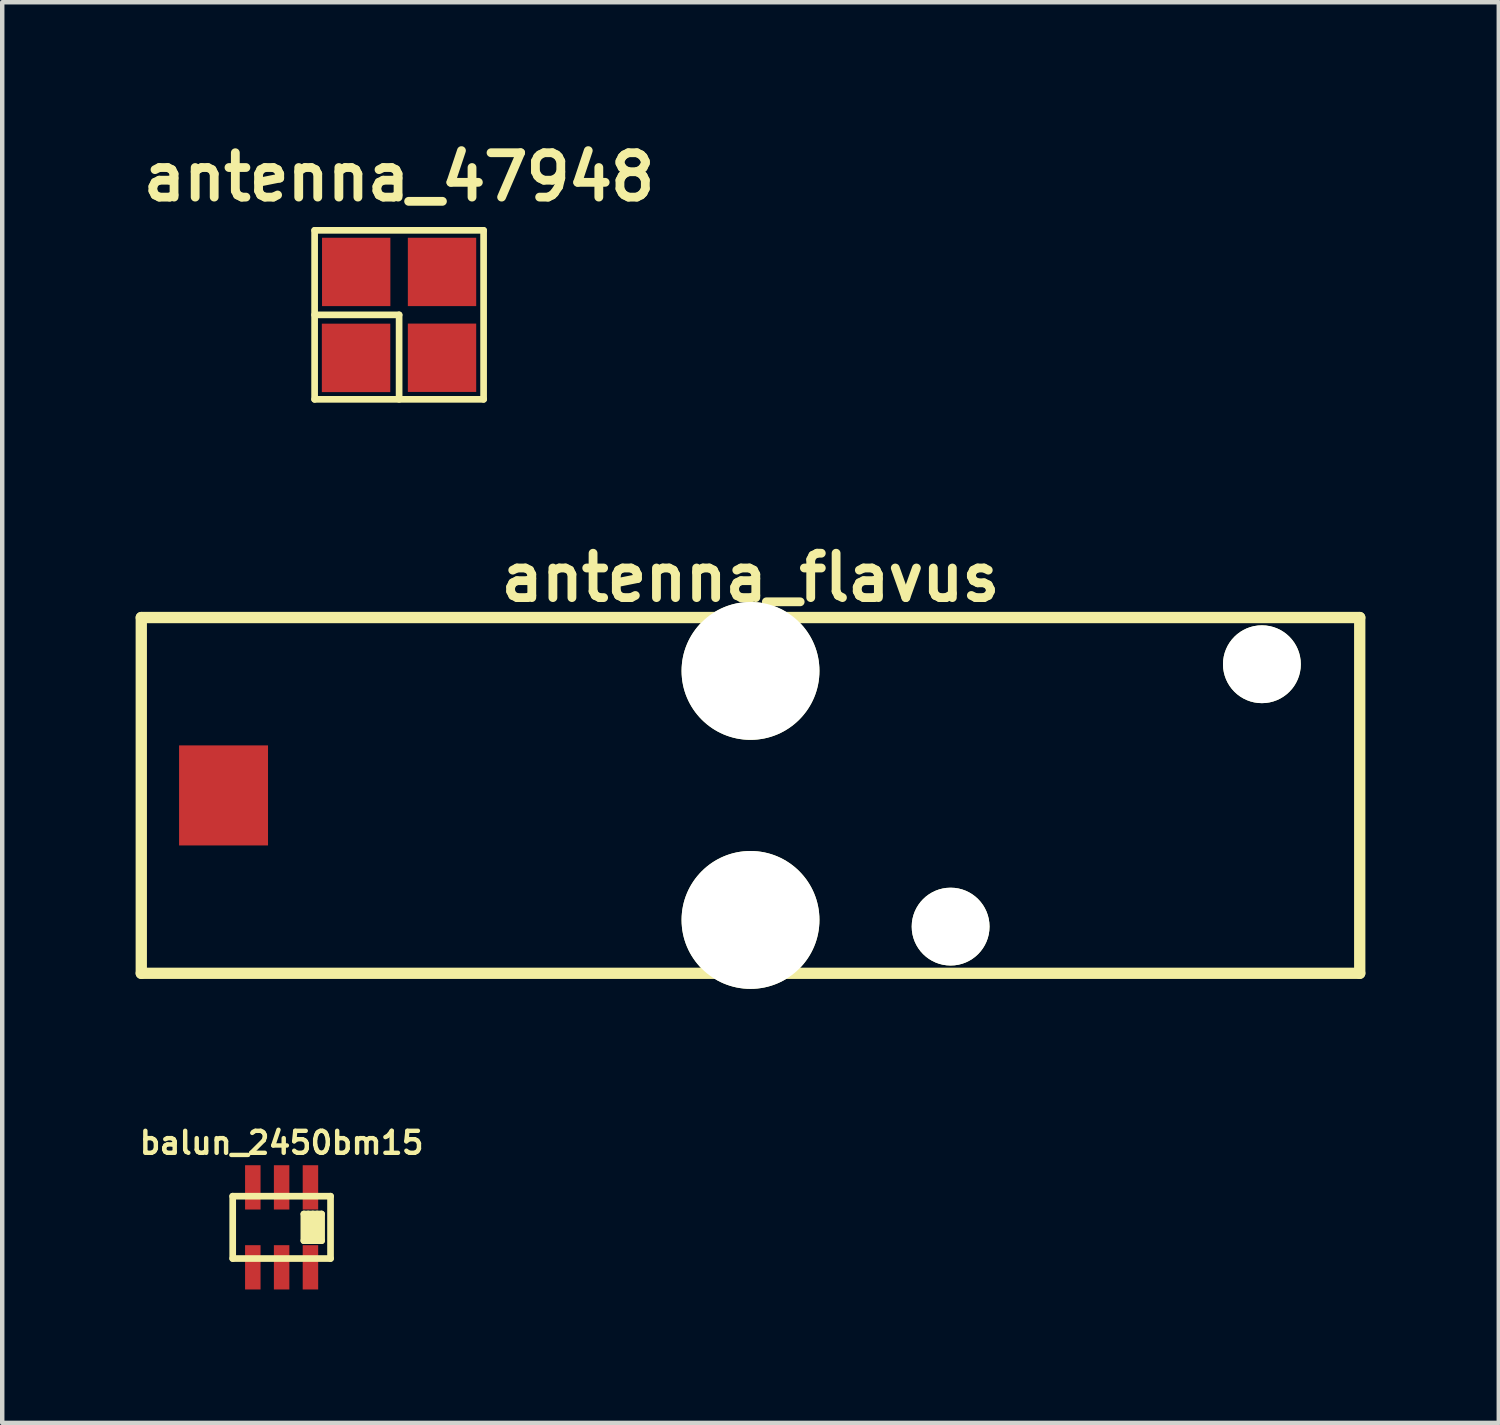
<source format=kicad_pcb>
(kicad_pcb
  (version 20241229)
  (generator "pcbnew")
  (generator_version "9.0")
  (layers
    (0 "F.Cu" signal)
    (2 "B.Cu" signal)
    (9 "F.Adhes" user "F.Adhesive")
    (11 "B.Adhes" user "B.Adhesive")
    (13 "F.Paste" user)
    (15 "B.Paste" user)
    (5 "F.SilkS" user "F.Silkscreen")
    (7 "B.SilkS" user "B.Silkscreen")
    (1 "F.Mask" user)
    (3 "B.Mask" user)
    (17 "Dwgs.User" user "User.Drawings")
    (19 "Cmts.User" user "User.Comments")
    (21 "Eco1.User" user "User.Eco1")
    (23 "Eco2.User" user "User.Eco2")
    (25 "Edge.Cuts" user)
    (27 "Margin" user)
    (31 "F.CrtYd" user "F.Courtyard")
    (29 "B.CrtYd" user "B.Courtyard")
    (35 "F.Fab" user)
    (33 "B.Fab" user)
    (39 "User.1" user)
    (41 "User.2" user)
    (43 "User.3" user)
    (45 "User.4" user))
  (footprint "balun_2450bm15"
    (layer "F.Cu")
    (at 3.283 24.55)
    (property "Reference" "balun_2450bm15" (at 0 -1.9 0) (layer "F.SilkS") (effects (font (size 0.495 0.495) (thickness 0.099))))
    (attr smd)
    (fp_line (start -1.1 -0.701) (end -1.1 0.701) (stroke (width 0.15) (type solid)) (layer "F.SilkS"))
    (fp_line (start -1.1 0.701) (end 1.1 0.701) (stroke (width 0.15) (type solid)) (layer "F.SilkS"))
    (fp_line (start 0.5 -0.3) (end 0.5 0.3) (stroke (width 0.15) (type solid)) (layer "F.SilkS"))
    (fp_line (start 0.599 0.3) (end 0.599 -0.3) (stroke (width 0.15) (type solid)) (layer "F.SilkS"))
    (fp_line (start 0.701 0.3) (end 0.701 -0.3) (stroke (width 0.15) (type solid)) (layer "F.SilkS"))
    (fp_line (start 0.8 -0.3) (end 0.8 0.3) (stroke (width 0.15) (type solid)) (layer "F.SilkS"))
    (fp_line (start 0.899 -0.3) (end 0.5 -0.3) (stroke (width 0.15) (type solid)) (layer "F.SilkS"))
    (fp_line (start 0.899 -0.3) (end 0.899 0.3) (stroke (width 0.15) (type solid)) (layer "F.SilkS"))
    (fp_line (start 0.899 0.3) (end 0.5 0.3) (stroke (width 0.15) (type solid)) (layer "F.SilkS"))
    (fp_line (start 1.1 -0.701) (end -1.1 -0.701) (stroke (width 0.15) (type solid)) (layer "F.SilkS"))
    (fp_line (start 1.1 0.701) (end 1.1 -0.701) (stroke (width 0.15) (type solid)) (layer "F.SilkS"))
    (pad "1" smd rect (at 0.648 -0.899) (size 0.348 0.996) (layers "F.Cu" "F.Mask" "F.Paste"))
    (pad "2" smd rect (at 0 -0.899) (size 0.348 0.996) (layers "F.Cu" "F.Mask" "F.Paste"))
    (pad "3" smd rect (at -0.648 -0.899) (size 0.348 0.996) (layers "F.Cu" "F.Mask" "F.Paste"))
    (pad "4" smd rect (at -0.648 0.899) (size 0.348 0.996) (layers "F.Cu" "F.Mask" "F.Paste"))
    (pad "5" smd rect (at 0 0.899) (size 0.348 0.996) (layers "F.Cu" "F.Mask" "F.Paste"))
    (pad "6" smd rect (at 0.648 0.899) (size 0.348 0.996) (layers "F.Cu" "F.Mask" "F.Paste")))
  (footprint "antenna_flavus"
    (layer "F.Cu")
    (at 13.827 14.837)
    (property "Reference" "antenna_flavus" (at 0 -4.9 0) (layer "F.SilkS") (effects (font (size 0.998 0.998) (thickness 0.198))))
    (attr through_hole)
    (fp_line (start -13.7 -4) (end -13.7 4) (stroke (width 0.254) (type solid)) (layer "F.SilkS"))
    (fp_line (start -13.7 -4) (end 13.7 -4) (stroke (width 0.254) (type solid)) (layer "F.SilkS"))
    (fp_line (start -13.7 4) (end 13.7 4) (stroke (width 0.254) (type solid)) (layer "F.SilkS"))
    (fp_line (start 13.7 4) (end 13.7 -4) (stroke (width 0.254) (type solid)) (layer "F.SilkS"))
    (pad "" np_thru_hole circle (at 0 -2.8) (size 3.1 3.1) (drill 3.1) (layers "*.Cu" "*.Mask" "F.SilkS"))
    (pad "" np_thru_hole circle (at 0 2.8) (size 3.1 3.1) (drill 3.1) (layers "*.Cu" "*.Mask" "F.SilkS"))
    (pad "" np_thru_hole circle (at 4.5 2.95) (size 1.75 1.75) (drill 1.75) (layers "*.Cu" "*.Mask" "F.SilkS"))
    (pad "" np_thru_hole circle (at 11.5 -2.95) (size 1.75 1.75) (drill 1.75) (layers "*.Cu" "*.Mask" "F.SilkS"))
    (pad "1" smd rect (at -11.85 0) (size 2 2.25) (layers "F.Cu" "F.Mask")))
  (footprint "antenna_47948"
    (layer "F.Cu")
    (at 5.925 4.03)
    (property "Reference" "antenna_47948" (at 0 -3.099 0) (layer "F.SilkS") (effects (font (size 0.998 0.998) (thickness 0.198))))
    (attr through_hole)
    (fp_line (start -1.9 -1.9) (end 1.9 -1.9) (stroke (width 0.15) (type solid)) (layer "F.SilkS"))
    (fp_line (start -1.9 0) (end 0 0) (stroke (width 0.15) (type solid)) (layer "F.SilkS"))
    (fp_line (start -1.9 1.9) (end -1.9 -1.9) (stroke (width 0.15) (type solid)) (layer "F.SilkS"))
    (fp_line (start 0 0) (end 0 1.9) (stroke (width 0.15) (type solid)) (layer "F.SilkS"))
    (fp_line (start 1.9 -1.9) (end 1.9 1.9) (stroke (width 0.15) (type solid)) (layer "F.SilkS"))
    (fp_line (start 1.9 1.9) (end -1.9 1.9) (stroke (width 0.15) (type solid)) (layer "F.SilkS"))
    (pad "" smd rect (at -0.965 -0.965) (size 1.537 1.537) (layers "F.Cu" "F.Mask" "F.Paste"))
    (pad "" smd rect (at 0.965 -0.965) (size 1.537 1.537) (layers "F.Cu" "F.Mask" "F.Paste"))
    (pad "" smd rect (at 0.965 0.965) (size 1.537 1.537) (layers "F.Cu" "F.Mask" "F.Paste"))
    (pad "1" smd rect (at -0.968 0.968) (size 1.539 1.539) (layers "F.Cu" "F.Mask" "F.Paste")))
  (gr_rect
    (start -3 -3)
    (end 30.654 28.947)
    (stroke (width 0.1) (type default))
    (fill no)
    (layer "Edge.Cuts")))
</source>
